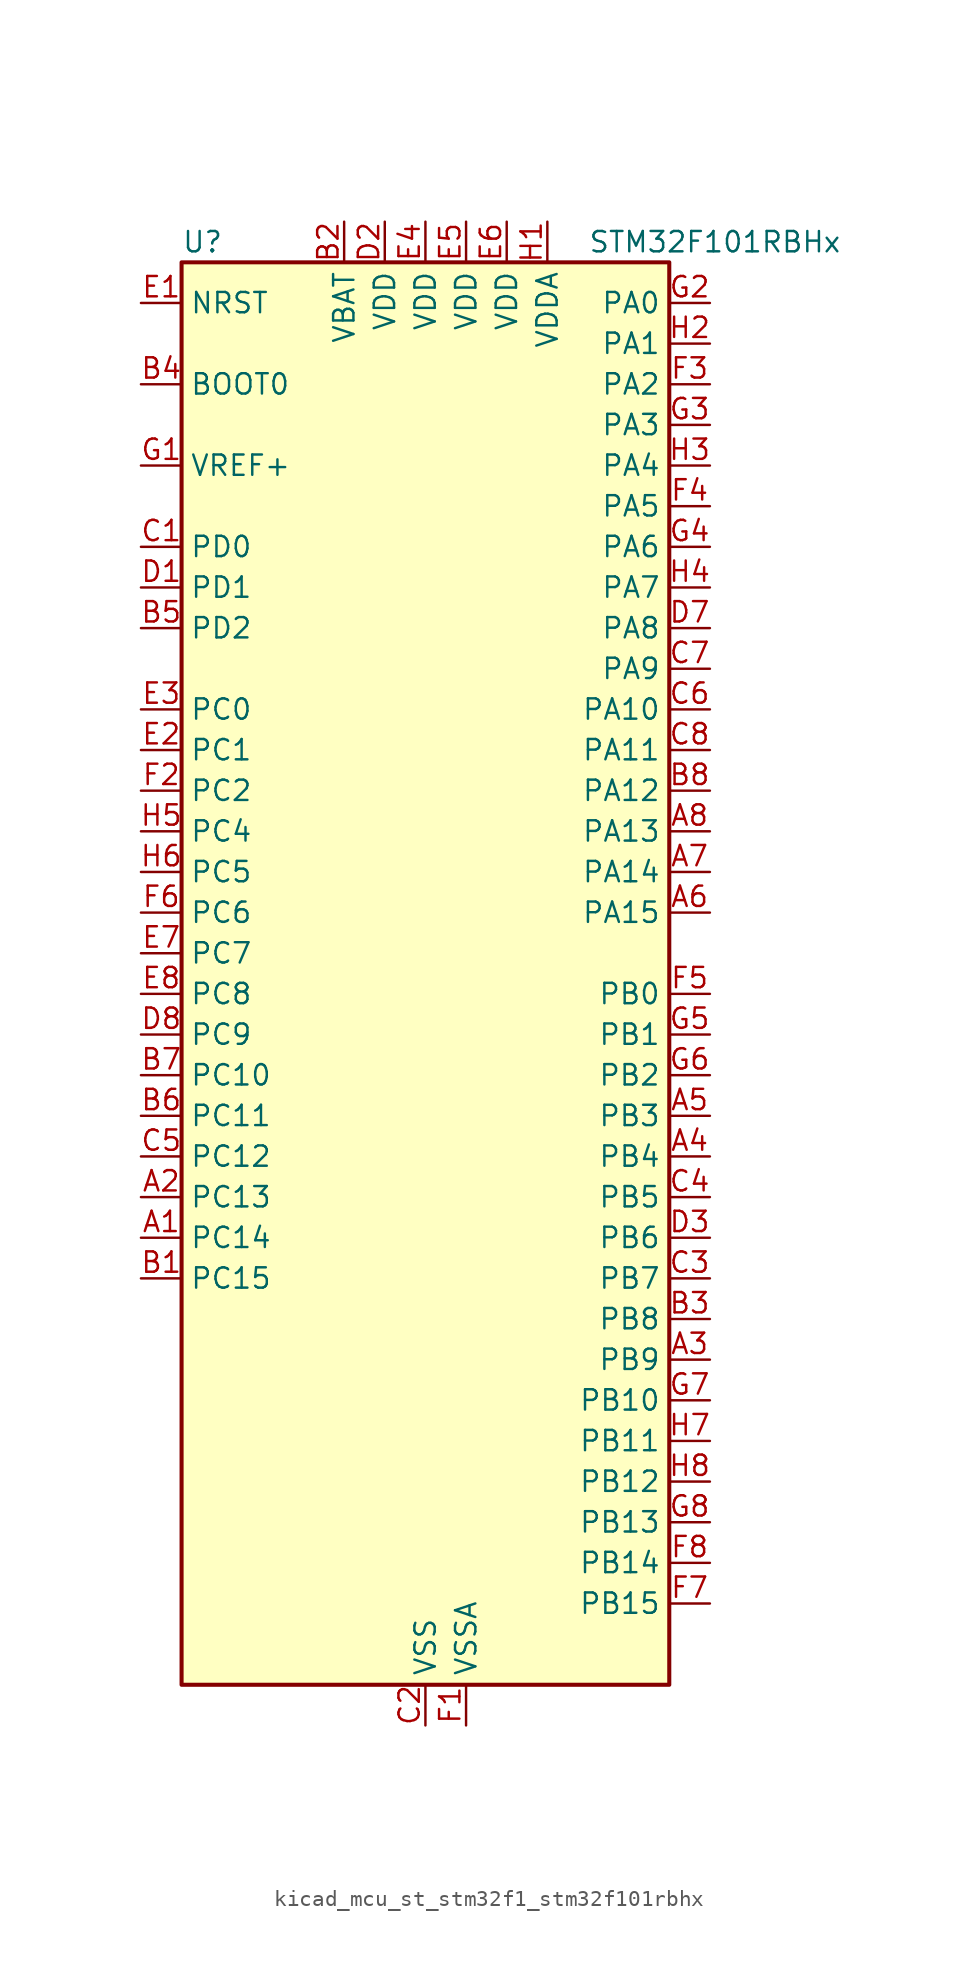
<source format=kicad_sym>
(kicad_symbol_lib
  (version 20220914)
  (generator kicad_symbol_editor)
  (symbol "kicad_mcu_st_stm32f1_stm32f101rbhx"
    (property "Reference" "U"
      (at -15.24 46.99 0)
      (effects (font (size 1.27 1.27)) (justify left)))
    (property "Value" "STM32F101RBHx"
      (at 10.16 46.99 0)
      (effects (font (size 1.27 1.27)) (justify left)))
    (property "ki_locked" ""
      (at 0 0 0)
      (effects (font (size 1.27 1.27))))
    (symbol "kicad_mcu_st_stm32f1_stm32f101rbhx_0_1"
      (rectangle (start -15.24 -43.18) (end 15.24 45.72) (stroke (width 0.254) (type default)) (fill (type background))))
    (symbol "kicad_mcu_st_stm32f1_stm32f101rbhx_1_1"
      (pin bidirectional line (at -17.78 -15.24 0) (length 2.54) (name "PC14" (effects (font (size 1.27 1.27)))) (number "A1" (effects (font (size 1.27 1.27)))) (alternate "RCC_OSC32_IN" bidirectional line))
      (pin bidirectional line (at -17.78 -12.7 0) (length 2.54) (name "PC13" (effects (font (size 1.27 1.27)))) (number "A2" (effects (font (size 1.27 1.27)))) (alternate "RTC_OUT" bidirectional line) (alternate "RTC_TAMPER" bidirectional line))
      (pin bidirectional line (at 17.78 -22.86 180) (length 2.54) (name "PB9" (effects (font (size 1.27 1.27)))) (number "A3" (effects (font (size 1.27 1.27)))) (alternate "I2C1_SDA" bidirectional line) (alternate "TIM4_CH4" bidirectional line))
      (pin bidirectional line (at 17.78 -10.16 180) (length 2.54) (name "PB4" (effects (font (size 1.27 1.27)))) (number "A4" (effects (font (size 1.27 1.27)))) (alternate "SPI1_MISO" bidirectional line) (alternate "SYS_NJTRST" bidirectional line) (alternate "TIM3_CH1" bidirectional line))
      (pin bidirectional line (at 17.78 -7.62 180) (length 2.54) (name "PB3" (effects (font (size 1.27 1.27)))) (number "A5" (effects (font (size 1.27 1.27)))) (alternate "SPI1_SCK" bidirectional line) (alternate "SYS_JTDO-TRACESWO" bidirectional line) (alternate "TIM2_CH2" bidirectional line))
      (pin bidirectional line (at 17.78 5.08 180) (length 2.54) (name "PA15" (effects (font (size 1.27 1.27)))) (number "A6" (effects (font (size 1.27 1.27)))) (alternate "ADC1_EXTI15" bidirectional line) (alternate "SPI1_NSS" bidirectional line) (alternate "SYS_JTDI" bidirectional line) (alternate "TIM2_CH1" bidirectional line) (alternate "TIM2_ETR" bidirectional line))
      (pin bidirectional line (at 17.78 7.62 180) (length 2.54) (name "PA14" (effects (font (size 1.27 1.27)))) (number "A7" (effects (font (size 1.27 1.27)))) (alternate "SYS_JTCK-SWCLK" bidirectional line))
      (pin bidirectional line (at 17.78 10.16 180) (length 2.54) (name "PA13" (effects (font (size 1.27 1.27)))) (number "A8" (effects (font (size 1.27 1.27)))) (alternate "SYS_JTMS-SWDIO" bidirectional line))
      (pin bidirectional line (at -17.78 -17.78 0) (length 2.54) (name "PC15" (effects (font (size 1.27 1.27)))) (number "B1" (effects (font (size 1.27 1.27)))) (alternate "ADC1_EXTI15" bidirectional line) (alternate "RCC_OSC32_OUT" bidirectional line))
      (pin power_in line (at -5.08 48.26 270) (length 2.54) (name "VBAT" (effects (font (size 1.27 1.27)))) (number "B2" (effects (font (size 1.27 1.27)))))
      (pin bidirectional line (at 17.78 -20.32 180) (length 2.54) (name "PB8" (effects (font (size 1.27 1.27)))) (number "B3" (effects (font (size 1.27 1.27)))) (alternate "I2C1_SCL" bidirectional line) (alternate "TIM4_CH3" bidirectional line))
      (pin input line (at -17.78 38.1 0) (length 2.54) (name "BOOT0" (effects (font (size 1.27 1.27)))) (number "B4" (effects (font (size 1.27 1.27)))))
      (pin bidirectional line (at -17.78 22.86 0) (length 2.54) (name "PD2" (effects (font (size 1.27 1.27)))) (number "B5" (effects (font (size 1.27 1.27)))) (alternate "TIM3_ETR" bidirectional line))
      (pin bidirectional line (at -17.78 -7.62 0) (length 2.54) (name "PC11" (effects (font (size 1.27 1.27)))) (number "B6" (effects (font (size 1.27 1.27)))) (alternate "ADC1_EXTI11" bidirectional line) (alternate "USART3_RX" bidirectional line))
      (pin bidirectional line (at -17.78 -5.08 0) (length 2.54) (name "PC10" (effects (font (size 1.27 1.27)))) (number "B7" (effects (font (size 1.27 1.27)))) (alternate "USART3_TX" bidirectional line))
      (pin bidirectional line (at 17.78 12.7 180) (length 2.54) (name "PA12" (effects (font (size 1.27 1.27)))) (number "B8" (effects (font (size 1.27 1.27)))) (alternate "USART1_RTS" bidirectional line))
      (pin bidirectional line (at -17.78 27.94 0) (length 2.54) (name "PD0" (effects (font (size 1.27 1.27)))) (number "C1" (effects (font (size 1.27 1.27)))) (alternate "RCC_OSC_IN" bidirectional line))
      (pin power_in line (at 0 -45.72 90) (length 2.54) (name "VSS" (effects (font (size 1.27 1.27)))) (number "C2" (effects (font (size 1.27 1.27)))))
      (pin bidirectional line (at 17.78 -17.78 180) (length 2.54) (name "PB7" (effects (font (size 1.27 1.27)))) (number "C3" (effects (font (size 1.27 1.27)))) (alternate "I2C1_SDA" bidirectional line) (alternate "TIM4_CH2" bidirectional line) (alternate "USART1_RX" bidirectional line))
      (pin bidirectional line (at 17.78 -12.7 180) (length 2.54) (name "PB5" (effects (font (size 1.27 1.27)))) (number "C4" (effects (font (size 1.27 1.27)))) (alternate "I2C1_SMBA" bidirectional line) (alternate "SPI1_MOSI" bidirectional line) (alternate "TIM3_CH2" bidirectional line))
      (pin bidirectional line (at -17.78 -10.16 0) (length 2.54) (name "PC12" (effects (font (size 1.27 1.27)))) (number "C5" (effects (font (size 1.27 1.27)))) (alternate "USART3_CK" bidirectional line))
      (pin bidirectional line (at 17.78 17.78 180) (length 2.54) (name "PA10" (effects (font (size 1.27 1.27)))) (number "C6" (effects (font (size 1.27 1.27)))) (alternate "USART1_RX" bidirectional line))
      (pin bidirectional line (at 17.78 20.32 180) (length 2.54) (name "PA9" (effects (font (size 1.27 1.27)))) (number "C7" (effects (font (size 1.27 1.27)))) (alternate "USART1_TX" bidirectional line))
      (pin bidirectional line (at 17.78 15.24 180) (length 2.54) (name "PA11" (effects (font (size 1.27 1.27)))) (number "C8" (effects (font (size 1.27 1.27)))) (alternate "ADC1_EXTI11" bidirectional line) (alternate "USART1_CTS" bidirectional line))
      (pin bidirectional line (at -17.78 25.4 0) (length 2.54) (name "PD1" (effects (font (size 1.27 1.27)))) (number "D1" (effects (font (size 1.27 1.27)))) (alternate "RCC_OSC_OUT" bidirectional line))
      (pin power_in line (at -2.54 48.26 270) (length 2.54) (name "VDD" (effects (font (size 1.27 1.27)))) (number "D2" (effects (font (size 1.27 1.27)))))
      (pin bidirectional line (at 17.78 -15.24 180) (length 2.54) (name "PB6" (effects (font (size 1.27 1.27)))) (number "D3" (effects (font (size 1.27 1.27)))) (alternate "I2C1_SCL" bidirectional line) (alternate "TIM4_CH1" bidirectional line) (alternate "USART1_TX" bidirectional line))
      (pin passive line (at 0 -45.72 90) (length 2.54) hide (name "VSS" (effects (font (size 1.27 1.27)))) (number "D4" (effects (font (size 1.27 1.27)))))
      (pin passive line (at 0 -45.72 90) (length 2.54) hide (name "VSS" (effects (font (size 1.27 1.27)))) (number "D5" (effects (font (size 1.27 1.27)))))
      (pin passive line (at 0 -45.72 90) (length 2.54) hide (name "VSS" (effects (font (size 1.27 1.27)))) (number "D6" (effects (font (size 1.27 1.27)))))
      (pin bidirectional line (at 17.78 22.86 180) (length 2.54) (name "PA8" (effects (font (size 1.27 1.27)))) (number "D7" (effects (font (size 1.27 1.27)))) (alternate "RCC_MCO" bidirectional line) (alternate "USART1_CK" bidirectional line))
      (pin bidirectional line (at -17.78 -2.54 0) (length 2.54) (name "PC9" (effects (font (size 1.27 1.27)))) (number "D8" (effects (font (size 1.27 1.27)))) (alternate "TIM3_CH4" bidirectional line))
      (pin input line (at -17.78 43.18 0) (length 2.54) (name "NRST" (effects (font (size 1.27 1.27)))) (number "E1" (effects (font (size 1.27 1.27)))))
      (pin bidirectional line (at -17.78 15.24 0) (length 2.54) (name "PC1" (effects (font (size 1.27 1.27)))) (number "E2" (effects (font (size 1.27 1.27)))) (alternate "ADC1_IN11" bidirectional line))
      (pin bidirectional line (at -17.78 17.78 0) (length 2.54) (name "PC0" (effects (font (size 1.27 1.27)))) (number "E3" (effects (font (size 1.27 1.27)))) (alternate "ADC1_IN10" bidirectional line))
      (pin power_in line (at 0 48.26 270) (length 2.54) (name "VDD" (effects (font (size 1.27 1.27)))) (number "E4" (effects (font (size 1.27 1.27)))))
      (pin power_in line (at 2.54 48.26 270) (length 2.54) (name "VDD" (effects (font (size 1.27 1.27)))) (number "E5" (effects (font (size 1.27 1.27)))))
      (pin power_in line (at 5.08 48.26 270) (length 2.54) (name "VDD" (effects (font (size 1.27 1.27)))) (number "E6" (effects (font (size 1.27 1.27)))))
      (pin bidirectional line (at -17.78 2.54 0) (length 2.54) (name "PC7" (effects (font (size 1.27 1.27)))) (number "E7" (effects (font (size 1.27 1.27)))) (alternate "TIM3_CH2" bidirectional line))
      (pin bidirectional line (at -17.78 0 0) (length 2.54) (name "PC8" (effects (font (size 1.27 1.27)))) (number "E8" (effects (font (size 1.27 1.27)))) (alternate "TIM3_CH3" bidirectional line))
      (pin power_in line (at 2.54 -45.72 90) (length 2.54) (name "VSSA" (effects (font (size 1.27 1.27)))) (number "F1" (effects (font (size 1.27 1.27)))))
      (pin bidirectional line (at -17.78 12.7 0) (length 2.54) (name "PC2" (effects (font (size 1.27 1.27)))) (number "F2" (effects (font (size 1.27 1.27)))) (alternate "ADC1_IN12" bidirectional line))
      (pin bidirectional line (at 17.78 38.1 180) (length 2.54) (name "PA2" (effects (font (size 1.27 1.27)))) (number "F3" (effects (font (size 1.27 1.27)))) (alternate "ADC1_IN2" bidirectional line) (alternate "TIM2_CH3" bidirectional line) (alternate "USART2_TX" bidirectional line))
      (pin bidirectional line (at 17.78 30.48 180) (length 2.54) (name "PA5" (effects (font (size 1.27 1.27)))) (number "F4" (effects (font (size 1.27 1.27)))) (alternate "ADC1_IN5" bidirectional line) (alternate "SPI1_SCK" bidirectional line))
      (pin bidirectional line (at 17.78 0 180) (length 2.54) (name "PB0" (effects (font (size 1.27 1.27)))) (number "F5" (effects (font (size 1.27 1.27)))) (alternate "ADC1_IN8" bidirectional line) (alternate "TIM3_CH3" bidirectional line))
      (pin bidirectional line (at -17.78 5.08 0) (length 2.54) (name "PC6" (effects (font (size 1.27 1.27)))) (number "F6" (effects (font (size 1.27 1.27)))) (alternate "TIM3_CH1" bidirectional line))
      (pin bidirectional line (at 17.78 -38.1 180) (length 2.54) (name "PB15" (effects (font (size 1.27 1.27)))) (number "F7" (effects (font (size 1.27 1.27)))) (alternate "ADC1_EXTI15" bidirectional line) (alternate "SPI2_MOSI" bidirectional line))
      (pin bidirectional line (at 17.78 -35.56 180) (length 2.54) (name "PB14" (effects (font (size 1.27 1.27)))) (number "F8" (effects (font (size 1.27 1.27)))) (alternate "SPI2_MISO" bidirectional line) (alternate "USART3_RTS" bidirectional line))
      (pin input line (at -17.78 33.02 0) (length 2.54) (name "VREF+" (effects (font (size 1.27 1.27)))) (number "G1" (effects (font (size 1.27 1.27)))))
      (pin bidirectional line (at 17.78 43.18 180) (length 2.54) (name "PA0" (effects (font (size 1.27 1.27)))) (number "G2" (effects (font (size 1.27 1.27)))) (alternate "ADC1_IN0" bidirectional line) (alternate "SYS_WKUP" bidirectional line) (alternate "TIM2_CH1" bidirectional line) (alternate "TIM2_ETR" bidirectional line) (alternate "USART2_CTS" bidirectional line))
      (pin bidirectional line (at 17.78 35.56 180) (length 2.54) (name "PA3" (effects (font (size 1.27 1.27)))) (number "G3" (effects (font (size 1.27 1.27)))) (alternate "ADC1_IN3" bidirectional line) (alternate "TIM2_CH4" bidirectional line) (alternate "USART2_RX" bidirectional line))
      (pin bidirectional line (at 17.78 27.94 180) (length 2.54) (name "PA6" (effects (font (size 1.27 1.27)))) (number "G4" (effects (font (size 1.27 1.27)))) (alternate "ADC1_IN6" bidirectional line) (alternate "SPI1_MISO" bidirectional line) (alternate "TIM3_CH1" bidirectional line))
      (pin bidirectional line (at 17.78 -2.54 180) (length 2.54) (name "PB1" (effects (font (size 1.27 1.27)))) (number "G5" (effects (font (size 1.27 1.27)))) (alternate "ADC1_IN9" bidirectional line) (alternate "TIM3_CH4" bidirectional line))
      (pin bidirectional line (at 17.78 -5.08 180) (length 2.54) (name "PB2" (effects (font (size 1.27 1.27)))) (number "G6" (effects (font (size 1.27 1.27)))))
      (pin bidirectional line (at 17.78 -25.4 180) (length 2.54) (name "PB10" (effects (font (size 1.27 1.27)))) (number "G7" (effects (font (size 1.27 1.27)))) (alternate "I2C2_SCL" bidirectional line) (alternate "TIM2_CH3" bidirectional line) (alternate "USART3_TX" bidirectional line))
      (pin bidirectional line (at 17.78 -33.02 180) (length 2.54) (name "PB13" (effects (font (size 1.27 1.27)))) (number "G8" (effects (font (size 1.27 1.27)))) (alternate "SPI2_SCK" bidirectional line) (alternate "USART3_CTS" bidirectional line))
      (pin power_in line (at 7.62 48.26 270) (length 2.54) (name "VDDA" (effects (font (size 1.27 1.27)))) (number "H1" (effects (font (size 1.27 1.27)))))
      (pin bidirectional line (at 17.78 40.64 180) (length 2.54) (name "PA1" (effects (font (size 1.27 1.27)))) (number "H2" (effects (font (size 1.27 1.27)))) (alternate "ADC1_IN1" bidirectional line) (alternate "TIM2_CH2" bidirectional line) (alternate "USART2_RTS" bidirectional line))
      (pin bidirectional line (at 17.78 33.02 180) (length 2.54) (name "PA4" (effects (font (size 1.27 1.27)))) (number "H3" (effects (font (size 1.27 1.27)))) (alternate "ADC1_IN4" bidirectional line) (alternate "SPI1_NSS" bidirectional line) (alternate "USART2_CK" bidirectional line))
      (pin bidirectional line (at 17.78 25.4 180) (length 2.54) (name "PA7" (effects (font (size 1.27 1.27)))) (number "H4" (effects (font (size 1.27 1.27)))) (alternate "ADC1_IN7" bidirectional line) (alternate "SPI1_MOSI" bidirectional line) (alternate "TIM3_CH2" bidirectional line))
      (pin bidirectional line (at -17.78 10.16 0) (length 2.54) (name "PC4" (effects (font (size 1.27 1.27)))) (number "H5" (effects (font (size 1.27 1.27)))) (alternate "ADC1_IN14" bidirectional line))
      (pin bidirectional line (at -17.78 7.62 0) (length 2.54) (name "PC5" (effects (font (size 1.27 1.27)))) (number "H6" (effects (font (size 1.27 1.27)))) (alternate "ADC1_IN15" bidirectional line))
      (pin bidirectional line (at 17.78 -27.94 180) (length 2.54) (name "PB11" (effects (font (size 1.27 1.27)))) (number "H7" (effects (font (size 1.27 1.27)))) (alternate "ADC1_EXTI11" bidirectional line) (alternate "I2C2_SDA" bidirectional line) (alternate "TIM2_CH4" bidirectional line) (alternate "USART3_RX" bidirectional line))
      (pin bidirectional line (at 17.78 -30.48 180) (length 2.54) (name "PB12" (effects (font (size 1.27 1.27)))) (number "H8" (effects (font (size 1.27 1.27)))) (alternate "I2C2_SMBA" bidirectional line) (alternate "SPI2_NSS" bidirectional line) (alternate "USART3_CK" bidirectional line)))))
</source>
